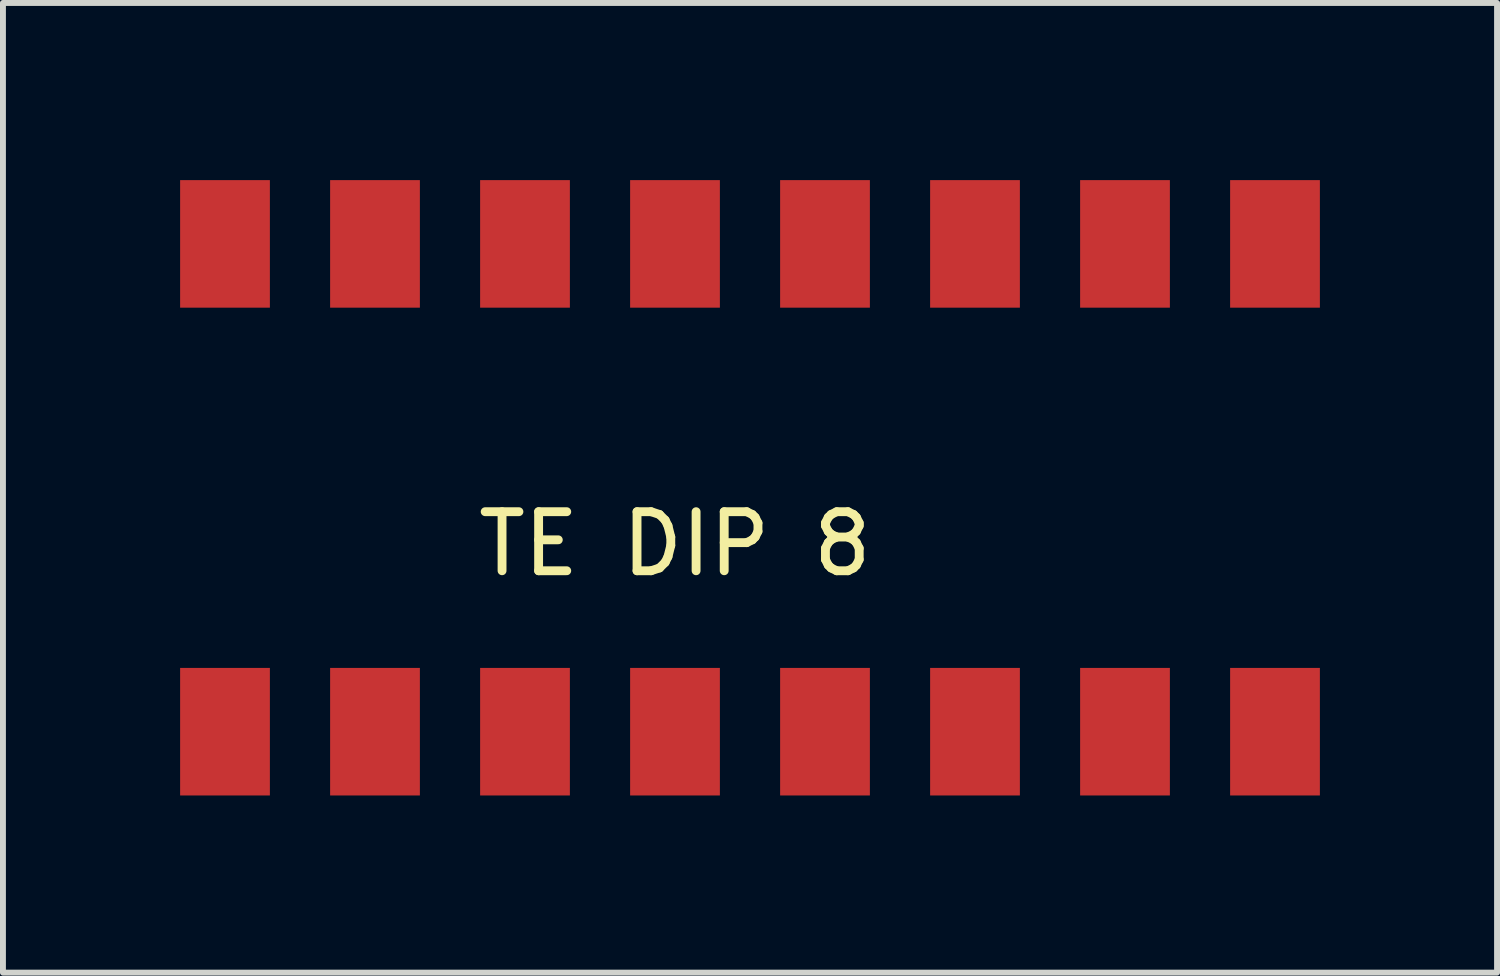
<source format=kicad_pcb>
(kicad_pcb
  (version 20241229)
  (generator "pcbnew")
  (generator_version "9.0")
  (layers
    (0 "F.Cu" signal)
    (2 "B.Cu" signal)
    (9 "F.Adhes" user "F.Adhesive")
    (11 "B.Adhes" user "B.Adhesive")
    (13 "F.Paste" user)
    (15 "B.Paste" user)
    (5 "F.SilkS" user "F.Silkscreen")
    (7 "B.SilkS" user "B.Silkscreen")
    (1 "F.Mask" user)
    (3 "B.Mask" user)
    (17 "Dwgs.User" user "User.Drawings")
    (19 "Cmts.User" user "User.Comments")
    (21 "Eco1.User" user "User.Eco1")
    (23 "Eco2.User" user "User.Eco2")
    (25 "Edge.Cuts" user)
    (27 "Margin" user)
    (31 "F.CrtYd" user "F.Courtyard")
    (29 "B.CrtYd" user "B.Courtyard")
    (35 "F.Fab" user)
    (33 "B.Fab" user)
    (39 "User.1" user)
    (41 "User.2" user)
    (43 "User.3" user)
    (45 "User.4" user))
  (footprint "TE DIP 8"
    (layer "F.Cu")
    (at 8.38 1.08)
    (property "Reference" "TE DIP 8" (at 0 5.08 0) (layer "F.SilkS") (effects (font (size 1 1) (thickness 0.15))))
    (attr through_hole)
    (pad "1" smd rect (at -7.62 8.26) (size 1.52 2.16) (layers "F.Cu" "F.Mask" "F.Paste"))
    (pad "2" smd rect (at -5.08 8.26) (size 1.52 2.16) (layers "F.Cu" "F.Mask" "F.Paste"))
    (pad "3" smd rect (at -2.54 8.26) (size 1.52 2.16) (layers "F.Cu" "F.Mask" "F.Paste"))
    (pad "4" smd rect (at 0 8.26) (size 1.52 2.16) (layers "F.Cu" "F.Mask" "F.Paste"))
    (pad "5" smd rect (at 2.54 8.26) (size 1.52 2.16) (layers "F.Cu" "F.Mask" "F.Paste"))
    (pad "6" smd rect (at 5.08 8.26) (size 1.52 2.16) (layers "F.Cu" "F.Mask" "F.Paste"))
    (pad "7" smd rect (at 7.62 8.26) (size 1.52 2.16) (layers "F.Cu" "F.Mask" "F.Paste"))
    (pad "8" smd rect (at 10.16 8.26) (size 1.52 2.16) (layers "F.Cu" "F.Mask" "F.Paste"))
    (pad "9" smd rect (at 10.16 0 180) (size 1.52 2.16) (layers "F.Cu" "F.Mask" "F.Paste"))
    (pad "10" smd rect (at 7.62 0 180) (size 1.52 2.16) (layers "F.Cu" "F.Mask" "F.Paste"))
    (pad "11" smd rect (at 5.08 0 180) (size 1.52 2.16) (layers "F.Cu" "F.Mask" "F.Paste"))
    (pad "12" smd rect (at 2.54 0 180) (size 1.52 2.16) (layers "F.Cu" "F.Mask" "F.Paste"))
    (pad "13" smd rect (at 0 0 180) (size 1.52 2.16) (layers "F.Cu" "F.Mask" "F.Paste"))
    (pad "14" smd rect (at -2.54 0 180) (size 1.52 2.16) (layers "F.Cu" "F.Mask" "F.Paste"))
    (pad "15" smd rect (at -5.08 0 180) (size 1.52 2.16) (layers "F.Cu" "F.Mask" "F.Paste"))
    (pad "16" smd rect (at -7.62 0 180) (size 1.52 2.16) (layers "F.Cu" "F.Mask" "F.Paste")))
  (gr_rect
    (start -3 -3)
    (end 22.3 13.42)
    (stroke (width 0.1) (type default))
    (fill no)
    (layer "Edge.Cuts")))
</source>
